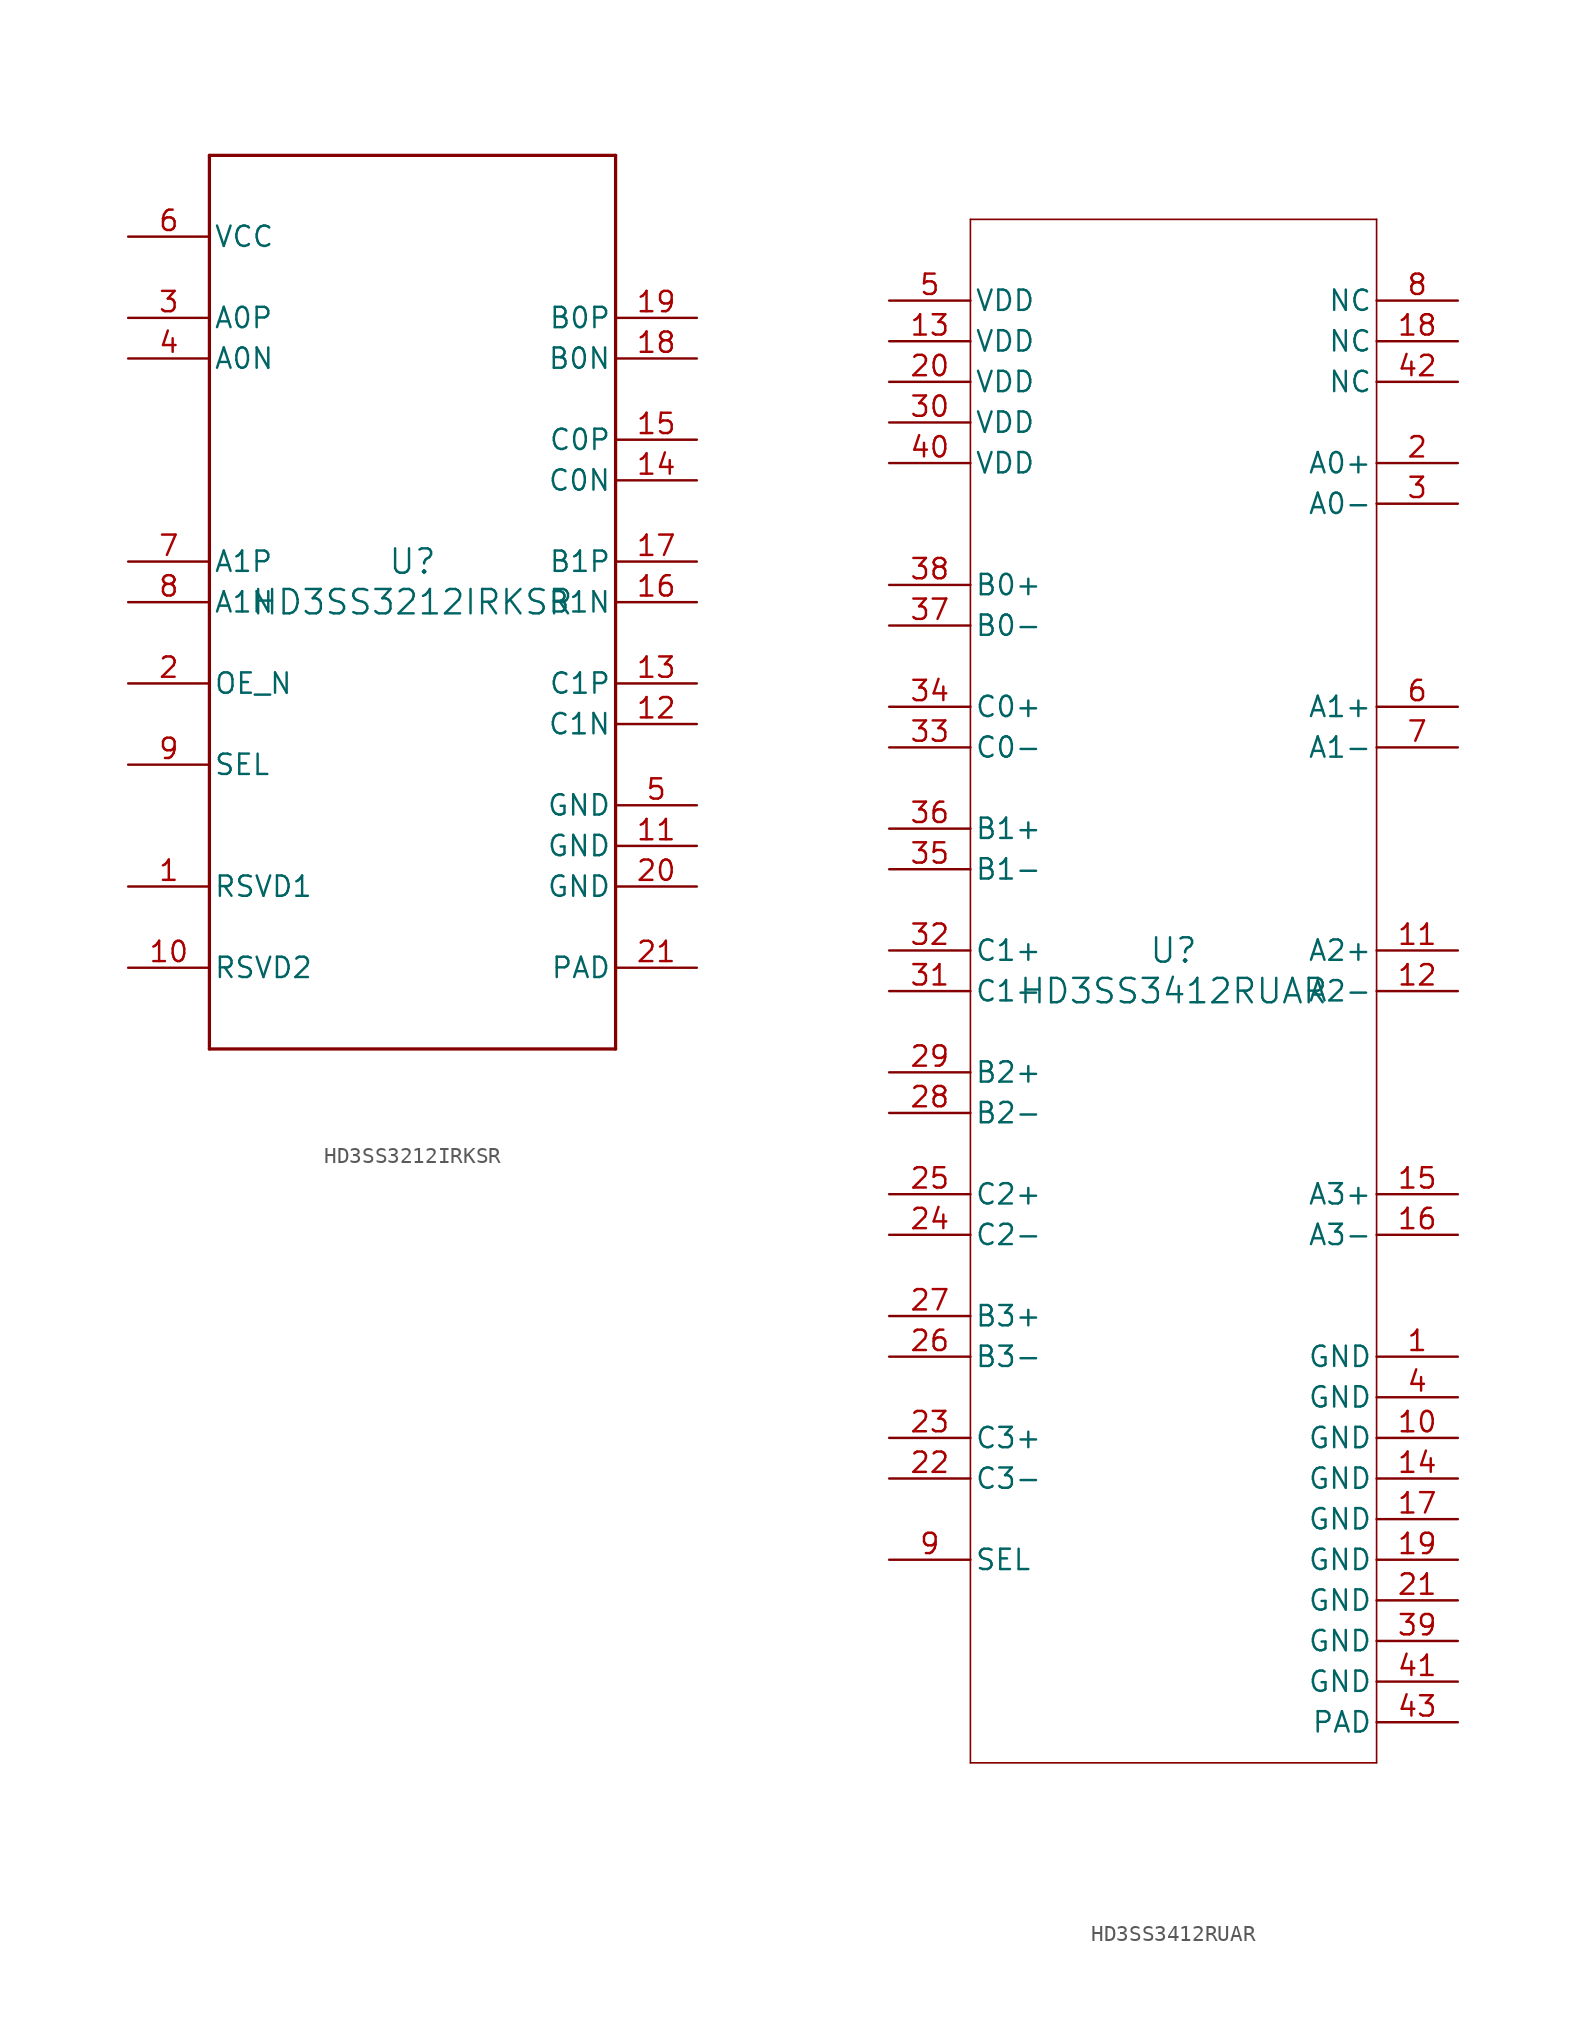
<source format=kicad_sym>
(kicad_symbol_lib
  (version 20220914)
  (generator kicad_symbol_editor)
  (symbol "HD3SS3212IRKSR"
    (pin_names
      (offset 0.254))
    (property "Reference" "U"
      (at 0 2.54 0)
      (effects (font (size 1.524 1.524))))
    (property "Value" "HD3SS3212IRKSR"
      (at 0 0 0)
      (effects (font (size 1.524 1.524))))
    (property "ki_locked" ""
      (at 0 0 0)
      (effects (font (size 1.27 1.27))))
    (symbol "HD3SS3212IRKSR_0_1"
      (polyline (pts (xy -12.7 -27.94) (xy 12.7 -27.94)) (stroke (width 0.203) (type default)) (fill (type none)))
      (polyline (pts (xy -12.7 27.94) (xy -12.7 -27.94)) (stroke (width 0.203) (type default)) (fill (type none)))
      (polyline (pts (xy 12.7 -27.94) (xy 12.7 27.94)) (stroke (width 0.203) (type default)) (fill (type none)))
      (polyline (pts (xy 12.7 27.94) (xy -12.7 27.94)) (stroke (width 0.203) (type default)) (fill (type none)))
      (pin unspecified line (at -17.78 -17.78 0) (length 5.08) (name "RSVD1" (effects (font (size 1.27 1.27)))) (number "1" (effects (font (size 1.27 1.27)))))
      (pin unspecified line (at -17.78 -22.86 0) (length 5.08) (name "RSVD2" (effects (font (size 1.27 1.27)))) (number "10" (effects (font (size 1.27 1.27)))))
      (pin power_in line (at 17.78 -15.24 180) (length 5.08) (name "GND" (effects (font (size 1.27 1.27)))) (number "11" (effects (font (size 1.27 1.27)))))
      (pin bidirectional line (at 17.78 -7.62 180) (length 5.08) (name "C1N" (effects (font (size 1.27 1.27)))) (number "12" (effects (font (size 1.27 1.27)))))
      (pin bidirectional line (at 17.78 -5.08 180) (length 5.08) (name "C1P" (effects (font (size 1.27 1.27)))) (number "13" (effects (font (size 1.27 1.27)))))
      (pin bidirectional line (at 17.78 7.62 180) (length 5.08) (name "C0N" (effects (font (size 1.27 1.27)))) (number "14" (effects (font (size 1.27 1.27)))))
      (pin bidirectional line (at 17.78 10.16 180) (length 5.08) (name "C0P" (effects (font (size 1.27 1.27)))) (number "15" (effects (font (size 1.27 1.27)))))
      (pin bidirectional line (at 17.78 0 180) (length 5.08) (name "B1N" (effects (font (size 1.27 1.27)))) (number "16" (effects (font (size 1.27 1.27)))))
      (pin bidirectional line (at 17.78 2.54 180) (length 5.08) (name "B1P" (effects (font (size 1.27 1.27)))) (number "17" (effects (font (size 1.27 1.27)))))
      (pin bidirectional line (at 17.78 15.24 180) (length 5.08) (name "B0N" (effects (font (size 1.27 1.27)))) (number "18" (effects (font (size 1.27 1.27)))))
      (pin bidirectional line (at 17.78 17.78 180) (length 5.08) (name "B0P" (effects (font (size 1.27 1.27)))) (number "19" (effects (font (size 1.27 1.27)))))
      (pin input line (at -17.78 -5.08 0) (length 5.08) (name "OE_N" (effects (font (size 1.27 1.27)))) (number "2" (effects (font (size 1.27 1.27)))))
      (pin power_in line (at 17.78 -17.78 180) (length 5.08) (name "GND" (effects (font (size 1.27 1.27)))) (number "20" (effects (font (size 1.27 1.27)))))
      (pin power_in line (at 17.78 -22.86 180) (length 5.08) (name "PAD" (effects (font (size 1.27 1.27)))) (number "21" (effects (font (size 1.27 1.27)))))
      (pin bidirectional line (at -17.78 17.78 0) (length 5.08) (name "A0P" (effects (font (size 1.27 1.27)))) (number "3" (effects (font (size 1.27 1.27)))))
      (pin bidirectional line (at -17.78 15.24 0) (length 5.08) (name "A0N" (effects (font (size 1.27 1.27)))) (number "4" (effects (font (size 1.27 1.27)))))
      (pin power_in line (at 17.78 -12.7 180) (length 5.08) (name "GND" (effects (font (size 1.27 1.27)))) (number "5" (effects (font (size 1.27 1.27)))))
      (pin power_in line (at -17.78 22.86 0) (length 5.08) (name "VCC" (effects (font (size 1.27 1.27)))) (number "6" (effects (font (size 1.27 1.27)))))
      (pin bidirectional line (at -17.78 2.54 0) (length 5.08) (name "A1P" (effects (font (size 1.27 1.27)))) (number "7" (effects (font (size 1.27 1.27)))))
      (pin bidirectional line (at -17.78 0 0) (length 5.08) (name "A1N" (effects (font (size 1.27 1.27)))) (number "8" (effects (font (size 1.27 1.27)))))
      (pin input line (at -17.78 -10.16 0) (length 5.08) (name "SEL" (effects (font (size 1.27 1.27)))) (number "9" (effects (font (size 1.27 1.27)))))))
  (symbol "HD3SS3412RUAR"
    (pin_names
      (offset 0.254))
    (property "Reference" "U"
      (at 0 2.54 0)
      (effects (font (size 1.524 1.524))))
    (property "Value" "HD3SS3412RUAR"
      (at 0 0 0)
      (effects (font (size 1.524 1.524))))
    (property "ki_locked" ""
      (at 0 0 0)
      (effects (font (size 1.27 1.27))))
    (symbol "HD3SS3412RUAR_0_1"
      (polyline (pts (xy -12.7 -48.26) (xy 12.7 -48.26)) (stroke (width 0.102) (type default)) (fill (type none)))
      (polyline (pts (xy -12.7 48.26) (xy -12.7 -48.26)) (stroke (width 0.102) (type default)) (fill (type none)))
      (polyline (pts (xy 12.7 -48.26) (xy 12.7 48.26)) (stroke (width 0.102) (type default)) (fill (type none)))
      (polyline (pts (xy 12.7 48.26) (xy -12.7 48.26)) (stroke (width 0.102) (type default)) (fill (type none)))
      (pin power_in line (at 17.78 -22.86 180) (length 5.08) (name "GND" (effects (font (size 1.27 1.27)))) (number "1" (effects (font (size 1.27 1.27)))))
      (pin power_in line (at 17.78 -27.94 180) (length 5.08) (name "GND" (effects (font (size 1.27 1.27)))) (number "10" (effects (font (size 1.27 1.27)))))
      (pin bidirectional line (at 17.78 2.54 180) (length 5.08) (name "A2+" (effects (font (size 1.27 1.27)))) (number "11" (effects (font (size 1.27 1.27)))))
      (pin bidirectional line (at 17.78 0 180) (length 5.08) (name "A2-" (effects (font (size 1.27 1.27)))) (number "12" (effects (font (size 1.27 1.27)))))
      (pin power_in line (at -17.78 40.64 0) (length 5.08) (name "VDD" (effects (font (size 1.27 1.27)))) (number "13" (effects (font (size 1.27 1.27)))))
      (pin power_in line (at 17.78 -30.48 180) (length 5.08) (name "GND" (effects (font (size 1.27 1.27)))) (number "14" (effects (font (size 1.27 1.27)))))
      (pin bidirectional line (at 17.78 -12.7 180) (length 5.08) (name "A3+" (effects (font (size 1.27 1.27)))) (number "15" (effects (font (size 1.27 1.27)))))
      (pin bidirectional line (at 17.78 -15.24 180) (length 5.08) (name "A3-" (effects (font (size 1.27 1.27)))) (number "16" (effects (font (size 1.27 1.27)))))
      (pin power_in line (at 17.78 -33.02 180) (length 5.08) (name "GND" (effects (font (size 1.27 1.27)))) (number "17" (effects (font (size 1.27 1.27)))))
      (pin unspecified line (at 17.78 40.64 180) (length 5.08) (name "NC" (effects (font (size 1.27 1.27)))) (number "18" (effects (font (size 1.27 1.27)))))
      (pin power_in line (at 17.78 -35.56 180) (length 5.08) (name "GND" (effects (font (size 1.27 1.27)))) (number "19" (effects (font (size 1.27 1.27)))))
      (pin bidirectional line (at 17.78 33.02 180) (length 5.08) (name "A0+" (effects (font (size 1.27 1.27)))) (number "2" (effects (font (size 1.27 1.27)))))
      (pin power_in line (at -17.78 38.1 0) (length 5.08) (name "VDD" (effects (font (size 1.27 1.27)))) (number "20" (effects (font (size 1.27 1.27)))))
      (pin power_in line (at 17.78 -38.1 180) (length 5.08) (name "GND" (effects (font (size 1.27 1.27)))) (number "21" (effects (font (size 1.27 1.27)))))
      (pin bidirectional line (at -17.78 -30.48 0) (length 5.08) (name "C3-" (effects (font (size 1.27 1.27)))) (number "22" (effects (font (size 1.27 1.27)))))
      (pin bidirectional line (at -17.78 -27.94 0) (length 5.08) (name "C3+" (effects (font (size 1.27 1.27)))) (number "23" (effects (font (size 1.27 1.27)))))
      (pin bidirectional line (at -17.78 -15.24 0) (length 5.08) (name "C2-" (effects (font (size 1.27 1.27)))) (number "24" (effects (font (size 1.27 1.27)))))
      (pin bidirectional line (at -17.78 -12.7 0) (length 5.08) (name "C2+" (effects (font (size 1.27 1.27)))) (number "25" (effects (font (size 1.27 1.27)))))
      (pin bidirectional line (at -17.78 -22.86 0) (length 5.08) (name "B3-" (effects (font (size 1.27 1.27)))) (number "26" (effects (font (size 1.27 1.27)))))
      (pin bidirectional line (at -17.78 -20.32 0) (length 5.08) (name "B3+" (effects (font (size 1.27 1.27)))) (number "27" (effects (font (size 1.27 1.27)))))
      (pin bidirectional line (at -17.78 -7.62 0) (length 5.08) (name "B2-" (effects (font (size 1.27 1.27)))) (number "28" (effects (font (size 1.27 1.27)))))
      (pin bidirectional line (at -17.78 -5.08 0) (length 5.08) (name "B2+" (effects (font (size 1.27 1.27)))) (number "29" (effects (font (size 1.27 1.27)))))
      (pin bidirectional line (at 17.78 30.48 180) (length 5.08) (name "A0-" (effects (font (size 1.27 1.27)))) (number "3" (effects (font (size 1.27 1.27)))))
      (pin power_in line (at -17.78 35.56 0) (length 5.08) (name "VDD" (effects (font (size 1.27 1.27)))) (number "30" (effects (font (size 1.27 1.27)))))
      (pin bidirectional line (at -17.78 0 0) (length 5.08) (name "C1-" (effects (font (size 1.27 1.27)))) (number "31" (effects (font (size 1.27 1.27)))))
      (pin bidirectional line (at -17.78 2.54 0) (length 5.08) (name "C1+" (effects (font (size 1.27 1.27)))) (number "32" (effects (font (size 1.27 1.27)))))
      (pin bidirectional line (at -17.78 15.24 0) (length 5.08) (name "C0-" (effects (font (size 1.27 1.27)))) (number "33" (effects (font (size 1.27 1.27)))))
      (pin bidirectional line (at -17.78 17.78 0) (length 5.08) (name "C0+" (effects (font (size 1.27 1.27)))) (number "34" (effects (font (size 1.27 1.27)))))
      (pin bidirectional line (at -17.78 7.62 0) (length 5.08) (name "B1-" (effects (font (size 1.27 1.27)))) (number "35" (effects (font (size 1.27 1.27)))))
      (pin bidirectional line (at -17.78 10.16 0) (length 5.08) (name "B1+" (effects (font (size 1.27 1.27)))) (number "36" (effects (font (size 1.27 1.27)))))
      (pin bidirectional line (at -17.78 22.86 0) (length 5.08) (name "B0-" (effects (font (size 1.27 1.27)))) (number "37" (effects (font (size 1.27 1.27)))))
      (pin bidirectional line (at -17.78 25.4 0) (length 5.08) (name "B0+" (effects (font (size 1.27 1.27)))) (number "38" (effects (font (size 1.27 1.27)))))
      (pin power_in line (at 17.78 -40.64 180) (length 5.08) (name "GND" (effects (font (size 1.27 1.27)))) (number "39" (effects (font (size 1.27 1.27)))))
      (pin power_in line (at 17.78 -25.4 180) (length 5.08) (name "GND" (effects (font (size 1.27 1.27)))) (number "4" (effects (font (size 1.27 1.27)))))
      (pin power_in line (at -17.78 33.02 0) (length 5.08) (name "VDD" (effects (font (size 1.27 1.27)))) (number "40" (effects (font (size 1.27 1.27)))))
      (pin power_in line (at 17.78 -43.18 180) (length 5.08) (name "GND" (effects (font (size 1.27 1.27)))) (number "41" (effects (font (size 1.27 1.27)))))
      (pin unspecified line (at 17.78 38.1 180) (length 5.08) (name "NC" (effects (font (size 1.27 1.27)))) (number "42" (effects (font (size 1.27 1.27)))))
      (pin power_in line (at 17.78 -45.72 180) (length 5.08) (name "PAD" (effects (font (size 1.27 1.27)))) (number "43" (effects (font (size 1.27 1.27)))))
      (pin power_in line (at -17.78 43.18 0) (length 5.08) (name "VDD" (effects (font (size 1.27 1.27)))) (number "5" (effects (font (size 1.27 1.27)))))
      (pin bidirectional line (at 17.78 17.78 180) (length 5.08) (name "A1+" (effects (font (size 1.27 1.27)))) (number "6" (effects (font (size 1.27 1.27)))))
      (pin bidirectional line (at 17.78 15.24 180) (length 5.08) (name "A1-" (effects (font (size 1.27 1.27)))) (number "7" (effects (font (size 1.27 1.27)))))
      (pin unspecified line (at 17.78 43.18 180) (length 5.08) (name "NC" (effects (font (size 1.27 1.27)))) (number "8" (effects (font (size 1.27 1.27)))))
      (pin input line (at -17.78 -35.56 0) (length 5.08) (name "SEL" (effects (font (size 1.27 1.27)))) (number "9" (effects (font (size 1.27 1.27))))))))
</source>
